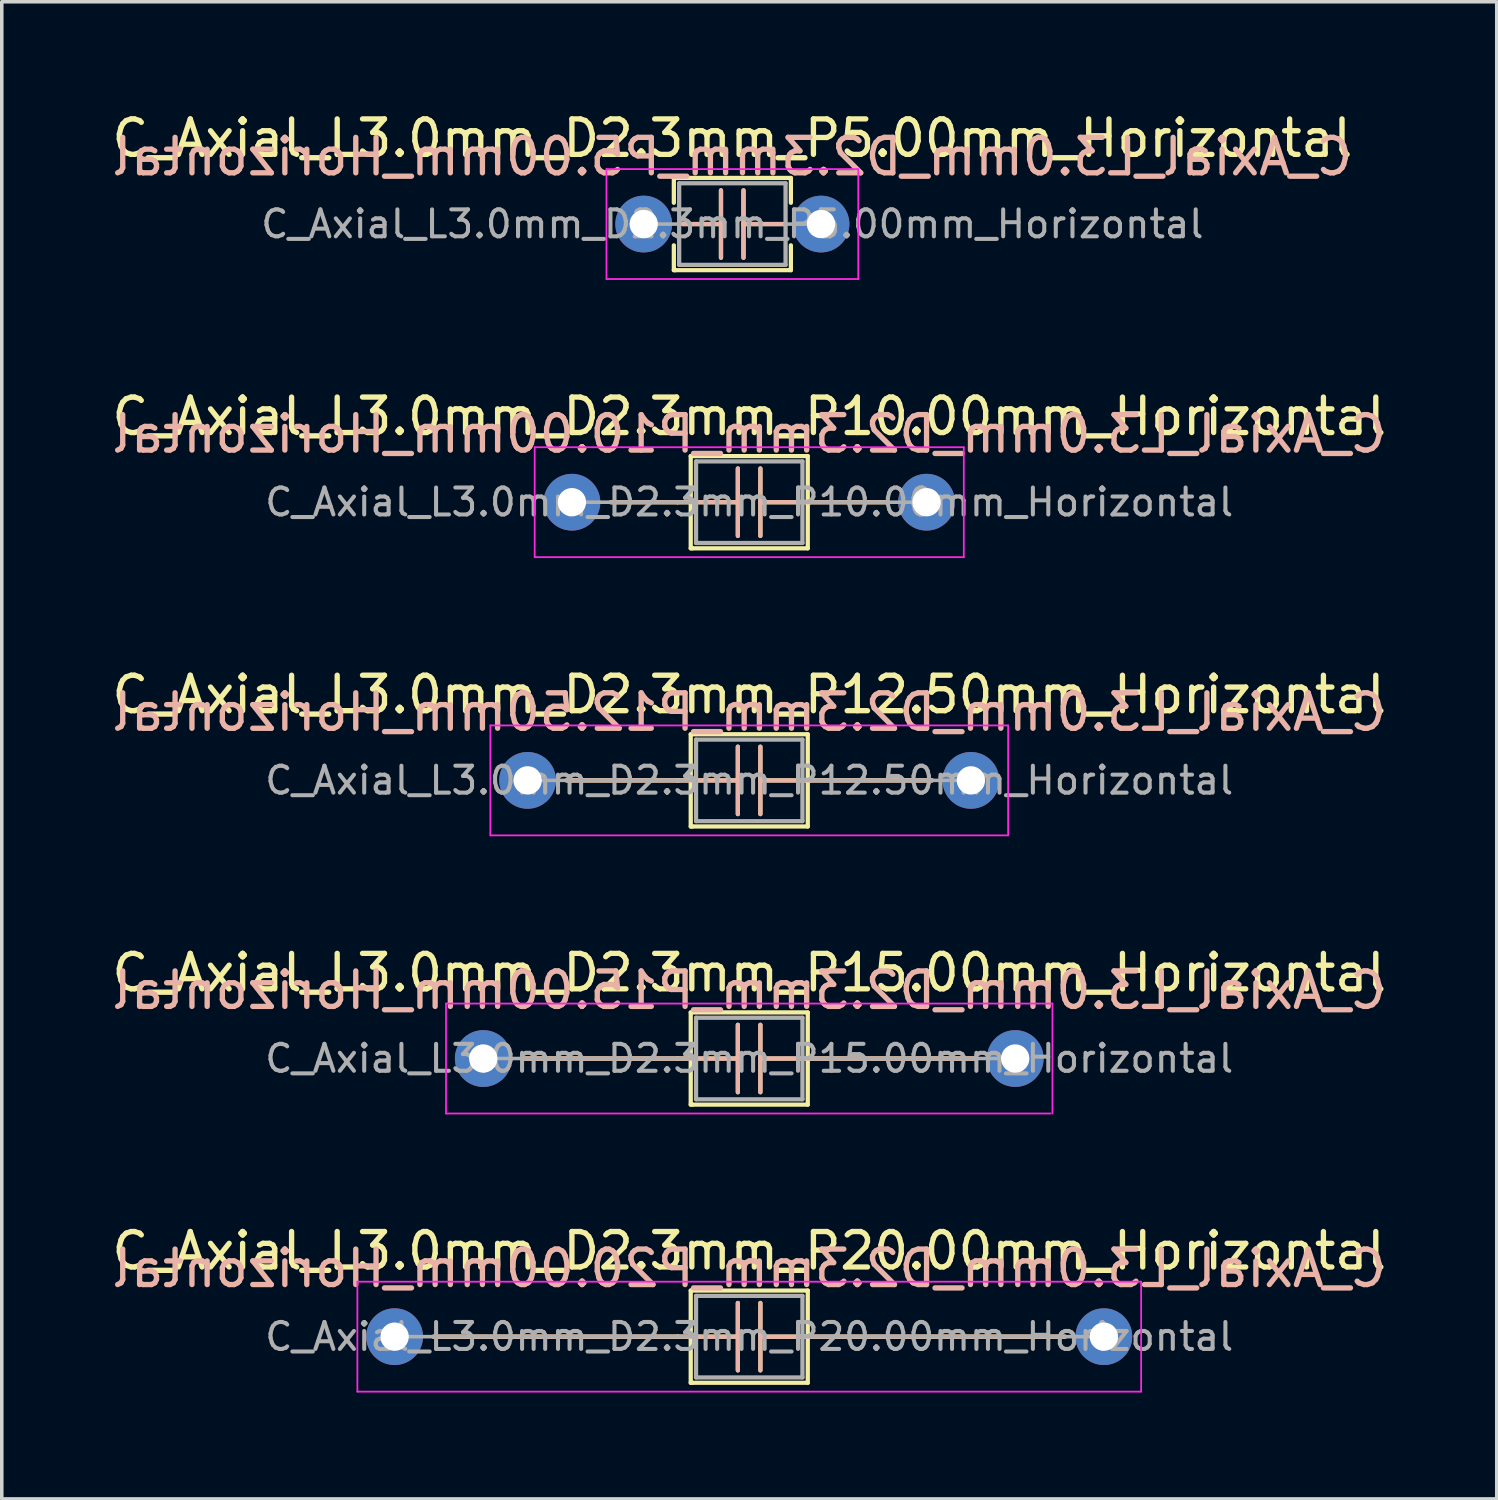
<source format=kicad_pcb>
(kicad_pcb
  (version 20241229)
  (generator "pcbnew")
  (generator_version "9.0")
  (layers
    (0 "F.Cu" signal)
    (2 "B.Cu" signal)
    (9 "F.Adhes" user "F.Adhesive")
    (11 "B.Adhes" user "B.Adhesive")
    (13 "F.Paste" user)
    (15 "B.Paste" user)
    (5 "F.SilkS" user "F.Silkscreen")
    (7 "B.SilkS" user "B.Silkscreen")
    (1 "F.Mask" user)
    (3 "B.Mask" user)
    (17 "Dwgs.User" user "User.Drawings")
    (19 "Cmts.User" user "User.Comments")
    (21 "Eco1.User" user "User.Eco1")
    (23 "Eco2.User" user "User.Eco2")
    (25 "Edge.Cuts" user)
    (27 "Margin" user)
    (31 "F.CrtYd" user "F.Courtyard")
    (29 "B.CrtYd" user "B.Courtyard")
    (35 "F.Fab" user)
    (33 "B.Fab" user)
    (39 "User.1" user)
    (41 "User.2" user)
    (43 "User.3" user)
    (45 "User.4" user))
  (footprint "C_Axial_L3.0mm_D2.3mm_P5.00mm_Horizontal"
    (layer "F.Cu")
    (at 15.101 3.268)
    (property "Reference" "C_Axial_L3.0mm_D2.3mm_P5.00mm_Horizontal" (at 2.5 -2.42 0) (layer "F.SilkS") (effects (font (size 1 1) (thickness 0.15))))
    (fp_line (start 0.85 -1.3) (end 4.15 -1.3) (stroke (width 0.12) (type solid)) (layer "F.SilkS"))
    (fp_line (start 0.85 -0.6) (end 0.85 -1.3) (stroke (width 0.12) (type solid)) (layer "F.SilkS"))
    (fp_line (start 0.85 1.3) (end 0.85 0.6) (stroke (width 0.12) (type solid)) (layer "F.SilkS"))
    (fp_line (start 0.9 1.3) (end 0.85 1.3) (stroke (width 0.12) (type solid)) (layer "F.SilkS"))
    (fp_line (start 1.1 0) (end 2.179 0) (stroke (width 0.12) (type solid)) (layer "F.SilkS"))
    (fp_line (start 2.179 0) (end 2.179 -0.95) (stroke (width 0.12) (type solid)) (layer "F.SilkS"))
    (fp_line (start 2.179 0) (end 2.179 0.95) (stroke (width 0.12) (type solid)) (layer "F.SilkS"))
    (fp_line (start 2.814 0) (end 2.814 -0.95) (stroke (width 0.12) (type solid)) (layer "F.SilkS"))
    (fp_line (start 2.814 0) (end 2.814 0.95) (stroke (width 0.12) (type solid)) (layer "F.SilkS"))
    (fp_line (start 3.95 0) (end 2.814 0) (stroke (width 0.12) (type solid)) (layer "F.SilkS"))
    (fp_line (start 4.15 -1.3) (end 4.15 -0.6) (stroke (width 0.12) (type solid)) (layer "F.SilkS"))
    (fp_line (start 4.15 0.6) (end 4.15 1.3) (stroke (width 0.12) (type solid)) (layer "F.SilkS"))
    (fp_line (start 4.15 1.3) (end 0.9 1.3) (stroke (width 0.12) (type solid)) (layer "F.SilkS"))
    (fp_line (start 1.1 0) (end 2.179 0) (stroke (width 0.12) (type solid)) (layer "B.SilkS"))
    (fp_line (start 2.179 0) (end 2.179 -0.95) (stroke (width 0.12) (type solid)) (layer "B.SilkS"))
    (fp_line (start 2.179 0) (end 2.179 0.95) (stroke (width 0.12) (type solid)) (layer "B.SilkS"))
    (fp_line (start 2.814 0) (end 2.814 -0.95) (stroke (width 0.12) (type solid)) (layer "B.SilkS"))
    (fp_line (start 2.814 0) (end 2.814 0.95) (stroke (width 0.12) (type solid)) (layer "B.SilkS"))
    (fp_line (start 3.95 0) (end 2.814 0) (stroke (width 0.12) (type solid)) (layer "B.SilkS"))
    (fp_line (start -1.05 -1.55) (end -1.05 1.55) (stroke (width 0.05) (type solid)) (layer "F.CrtYd"))
    (fp_line (start -1.05 1.55) (end 6.05 1.55) (stroke (width 0.05) (type solid)) (layer "F.CrtYd"))
    (fp_line (start 6.05 -1.55) (end -1.05 -1.55) (stroke (width 0.05) (type solid)) (layer "F.CrtYd"))
    (fp_line (start 6.05 1.55) (end 6.05 -1.55) (stroke (width 0.05) (type solid)) (layer "F.CrtYd"))
    (fp_line (start 0.05 0) (end 1 0) (stroke (width 0.1) (type solid)) (layer "F.Fab"))
    (fp_line (start 1 -1.15) (end 4 -1.15) (stroke (width 0.12) (type solid)) (layer "F.Fab"))
    (fp_line (start 1 0) (end 1 -1.15) (stroke (width 0.12) (type solid)) (layer "F.Fab"))
    (fp_line (start 1 1.15) (end 1 0) (stroke (width 0.12) (type solid)) (layer "F.Fab"))
    (fp_line (start 4 -1.15) (end 4 0) (stroke (width 0.12) (type solid)) (layer "F.Fab"))
    (fp_line (start 4 0) (end 4 1.15) (stroke (width 0.12) (type solid)) (layer "F.Fab"))
    (fp_line (start 4 1.15) (end 1 1.15) (stroke (width 0.12) (type solid)) (layer "F.Fab"))
    (fp_line (start 5 0) (end 4 0) (stroke (width 0.1) (type solid)) (layer "F.Fab"))
    (fp_text user "${REFERENCE}" (at 2.5 -1.9 0) (layer "B.SilkS") (effects (font (size 1 1) (thickness 0.15)) (justify mirror)))
    (fp_text user "${REFERENCE}" (at 2.5 0 0) (layer "F.Fab") (effects (font (size 0.76 0.76) (thickness 0.114))))
    (pad "1" thru_hole circle (at 0 0) (size 1.6 1.6) (drill 0.8) (layers "*.Cu" "*.Mask"))
    (pad "2" thru_hole oval (at 5 0) (size 1.6 1.6) (drill 0.8) (layers "*.Cu" "*.Mask")))
  (footprint "C_Axial_L3.0mm_D2.3mm_P20.00mm_Horizontal"
    (layer "F.Cu")
    (at 8.077 34.641)
    (property "Reference" "C_Axial_L3.0mm_D2.3mm_P20.00mm_Horizontal" (at 10 -2.42 0) (layer "F.SilkS") (effects (font (size 1 1) (thickness 0.15))))
    (fp_line (start 1.1 0) (end 7.98 0) (stroke (width 0.12) (type solid)) (layer "F.SilkS"))
    (fp_line (start 7.98 0) (end 9.679 0) (stroke (width 0.12) (type solid)) (layer "F.SilkS"))
    (fp_line (start 8.35 -1.3) (end 11.65 -1.3) (stroke (width 0.12) (type solid)) (layer "F.SilkS"))
    (fp_line (start 8.35 1.3) (end 8.35 -1.3) (stroke (width 0.12) (type solid)) (layer "F.SilkS"))
    (fp_line (start 8.4 1.3) (end 8.35 1.3) (stroke (width 0.12) (type solid)) (layer "F.SilkS"))
    (fp_line (start 9.679 0) (end 9.679 -0.95) (stroke (width 0.12) (type solid)) (layer "F.SilkS"))
    (fp_line (start 9.679 0) (end 9.679 0.95) (stroke (width 0.12) (type solid)) (layer "F.SilkS"))
    (fp_line (start 10.314 0) (end 10.314 -0.95) (stroke (width 0.12) (type solid)) (layer "F.SilkS"))
    (fp_line (start 10.314 0) (end 10.314 0.95) (stroke (width 0.12) (type solid)) (layer "F.SilkS"))
    (fp_line (start 11.65 -1.3) (end 11.65 0) (stroke (width 0.12) (type solid)) (layer "F.SilkS"))
    (fp_line (start 11.65 0) (end 11.65 1.3) (stroke (width 0.12) (type solid)) (layer "F.SilkS"))
    (fp_line (start 11.65 1.3) (end 8.4 1.3) (stroke (width 0.12) (type solid)) (layer "F.SilkS"))
    (fp_line (start 11.711 0) (end 10.314 0) (stroke (width 0.12) (type solid)) (layer "F.SilkS"))
    (fp_line (start 18.9 0) (end 11.711 0) (stroke (width 0.12) (type solid)) (layer "F.SilkS"))
    (fp_line (start 1.1 0) (end 7.98 0) (stroke (width 0.12) (type solid)) (layer "B.SilkS"))
    (fp_line (start 7.98 0) (end 9.679 0) (stroke (width 0.12) (type solid)) (layer "B.SilkS"))
    (fp_line (start 9.679 0) (end 9.679 -0.95) (stroke (width 0.12) (type solid)) (layer "B.SilkS"))
    (fp_line (start 9.679 0) (end 9.679 0.95) (stroke (width 0.12) (type solid)) (layer "B.SilkS"))
    (fp_line (start 10.314 0) (end 10.314 -0.95) (stroke (width 0.12) (type solid)) (layer "B.SilkS"))
    (fp_line (start 10.314 0) (end 10.314 0.95) (stroke (width 0.12) (type solid)) (layer "B.SilkS"))
    (fp_line (start 11.711 0) (end 10.314 0) (stroke (width 0.12) (type solid)) (layer "B.SilkS"))
    (fp_line (start 18.9 0) (end 11.711 0) (stroke (width 0.12) (type solid)) (layer "B.SilkS"))
    (fp_line (start -1.05 -1.55) (end -1.05 1.55) (stroke (width 0.05) (type solid)) (layer "F.CrtYd"))
    (fp_line (start -1.05 1.55) (end 21.05 1.55) (stroke (width 0.05) (type solid)) (layer "F.CrtYd"))
    (fp_line (start 21.05 -1.55) (end -1.05 -1.55) (stroke (width 0.05) (type solid)) (layer "F.CrtYd"))
    (fp_line (start 21.05 1.55) (end 21.05 -1.55) (stroke (width 0.05) (type solid)) (layer "F.CrtYd"))
    (fp_line (start 0 0) (end 8.5 0) (stroke (width 0.1) (type solid)) (layer "F.Fab"))
    (fp_line (start 8.5 -1.15) (end 11.5 -1.15) (stroke (width 0.12) (type solid)) (layer "F.Fab"))
    (fp_line (start 8.5 0) (end 8.5 -1.15) (stroke (width 0.12) (type solid)) (layer "F.Fab"))
    (fp_line (start 8.5 1.15) (end 8.5 0) (stroke (width 0.12) (type solid)) (layer "F.Fab"))
    (fp_line (start 11.5 -1.15) (end 11.5 0) (stroke (width 0.12) (type solid)) (layer "F.Fab"))
    (fp_line (start 11.5 0) (end 11.5 1.15) (stroke (width 0.12) (type solid)) (layer "F.Fab"))
    (fp_line (start 11.5 1.15) (end 8.5 1.15) (stroke (width 0.12) (type solid)) (layer "F.Fab"))
    (fp_line (start 20 0) (end 11.5 0) (stroke (width 0.1) (type solid)) (layer "F.Fab"))
    (fp_text user "${REFERENCE}" (at 10 -1.925 0) (layer "B.SilkS") (effects (font (size 1 1) (thickness 0.15)) (justify mirror)))
    (fp_text user "${REFERENCE}" (at 10 0 0) (layer "F.Fab") (effects (font (size 0.76 0.76) (thickness 0.114))))
    (pad "1" thru_hole circle (at 0 0) (size 1.6 1.6) (drill 0.8) (layers "*.Cu" "*.Mask"))
    (pad "2" thru_hole oval (at 20 0) (size 1.6 1.6) (drill 0.8) (layers "*.Cu" "*.Mask")))
  (footprint "C_Axial_L3.0mm_D2.3mm_P10.00mm_Horizontal"
    (layer "F.Cu")
    (at 13.077 11.111)
    (property "Reference" "C_Axial_L3.0mm_D2.3mm_P10.00mm_Horizontal" (at 5 -2.42 0) (layer "F.SilkS") (effects (font (size 1 1) (thickness 0.15))))
    (fp_line (start 1.1 0) (end 2.98 0) (stroke (width 0.12) (type solid)) (layer "F.SilkS"))
    (fp_line (start 2.98 0) (end 4.679 0) (stroke (width 0.12) (type solid)) (layer "F.SilkS"))
    (fp_line (start 3.35 -1.3) (end 6.65 -1.3) (stroke (width 0.12) (type solid)) (layer "F.SilkS"))
    (fp_line (start 3.35 1.3) (end 3.35 -1.3) (stroke (width 0.12) (type solid)) (layer "F.SilkS"))
    (fp_line (start 3.4 1.3) (end 3.35 1.3) (stroke (width 0.12) (type solid)) (layer "F.SilkS"))
    (fp_line (start 4.679 0) (end 4.679 -0.95) (stroke (width 0.12) (type solid)) (layer "F.SilkS"))
    (fp_line (start 4.679 0) (end 4.679 0.95) (stroke (width 0.12) (type solid)) (layer "F.SilkS"))
    (fp_line (start 5.314 0) (end 5.314 -0.95) (stroke (width 0.12) (type solid)) (layer "F.SilkS"))
    (fp_line (start 5.314 0) (end 5.314 0.95) (stroke (width 0.12) (type solid)) (layer "F.SilkS"))
    (fp_line (start 6.65 -1.3) (end 6.65 0) (stroke (width 0.12) (type solid)) (layer "F.SilkS"))
    (fp_line (start 6.65 0) (end 6.65 1.3) (stroke (width 0.12) (type solid)) (layer "F.SilkS"))
    (fp_line (start 6.65 1.3) (end 3.4 1.3) (stroke (width 0.12) (type solid)) (layer "F.SilkS"))
    (fp_line (start 6.711 0) (end 5.314 0) (stroke (width 0.12) (type solid)) (layer "F.SilkS"))
    (fp_line (start 8.9 0) (end 6.711 0) (stroke (width 0.12) (type solid)) (layer "F.SilkS"))
    (fp_line (start 1.1 0) (end 2.98 0) (stroke (width 0.12) (type solid)) (layer "B.SilkS"))
    (fp_line (start 2.98 0) (end 4.679 0) (stroke (width 0.12) (type solid)) (layer "B.SilkS"))
    (fp_line (start 4.679 0) (end 4.679 -0.95) (stroke (width 0.12) (type solid)) (layer "B.SilkS"))
    (fp_line (start 4.679 0) (end 4.679 0.95) (stroke (width 0.12) (type solid)) (layer "B.SilkS"))
    (fp_line (start 5.314 0) (end 5.314 -0.95) (stroke (width 0.12) (type solid)) (layer "B.SilkS"))
    (fp_line (start 5.314 0) (end 5.314 0.95) (stroke (width 0.12) (type solid)) (layer "B.SilkS"))
    (fp_line (start 6.711 0) (end 5.314 0) (stroke (width 0.12) (type solid)) (layer "B.SilkS"))
    (fp_line (start 8.9 0) (end 6.711 0) (stroke (width 0.12) (type solid)) (layer "B.SilkS"))
    (fp_line (start -1.05 -1.55) (end -1.05 1.55) (stroke (width 0.05) (type solid)) (layer "F.CrtYd"))
    (fp_line (start -1.05 1.55) (end 11.05 1.55) (stroke (width 0.05) (type solid)) (layer "F.CrtYd"))
    (fp_line (start 11.05 -1.55) (end -1.05 -1.55) (stroke (width 0.05) (type solid)) (layer "F.CrtYd"))
    (fp_line (start 11.05 1.55) (end 11.05 -1.55) (stroke (width 0.05) (type solid)) (layer "F.CrtYd"))
    (fp_line (start 0 0) (end 3.5 0) (stroke (width 0.1) (type solid)) (layer "F.Fab"))
    (fp_line (start 3.5 -1.15) (end 6.5 -1.15) (stroke (width 0.12) (type solid)) (layer "F.Fab"))
    (fp_line (start 3.5 0) (end 3.5 -1.15) (stroke (width 0.12) (type solid)) (layer "F.Fab"))
    (fp_line (start 3.5 1.15) (end 3.5 0) (stroke (width 0.12) (type solid)) (layer "F.Fab"))
    (fp_line (start 6.5 -1.15) (end 6.5 0) (stroke (width 0.12) (type solid)) (layer "F.Fab"))
    (fp_line (start 6.5 0) (end 6.5 1.15) (stroke (width 0.12) (type solid)) (layer "F.Fab"))
    (fp_line (start 6.5 1.15) (end 3.5 1.15) (stroke (width 0.12) (type solid)) (layer "F.Fab"))
    (fp_line (start 10 0) (end 6.5 0) (stroke (width 0.1) (type solid)) (layer "F.Fab"))
    (fp_text user "${REFERENCE}" (at 5 -1.925 0) (layer "B.SilkS") (effects (font (size 1 1) (thickness 0.15)) (justify mirror)))
    (fp_text user "${REFERENCE}" (at 5 0 0) (layer "F.Fab") (effects (font (size 0.76 0.76) (thickness 0.114))))
    (pad "1" thru_hole circle (at 0 0) (size 1.6 1.6) (drill 0.8) (layers "*.Cu" "*.Mask"))
    (pad "2" thru_hole oval (at 10 0) (size 1.6 1.6) (drill 0.8) (layers "*.Cu" "*.Mask")))
  (footprint "C_Axial_L3.0mm_D2.3mm_P12.50mm_Horizontal"
    (layer "F.Cu")
    (at 11.827 18.955)
    (property "Reference" "C_Axial_L3.0mm_D2.3mm_P12.50mm_Horizontal" (at 6.25 -2.42 0) (layer "F.SilkS") (effects (font (size 1 1) (thickness 0.15))))
    (fp_line (start 1.1 0) (end 4.23 0) (stroke (width 0.12) (type solid)) (layer "F.SilkS"))
    (fp_line (start 4.23 0) (end 5.929 0) (stroke (width 0.12) (type solid)) (layer "F.SilkS"))
    (fp_line (start 4.6 -1.3) (end 7.9 -1.3) (stroke (width 0.12) (type solid)) (layer "F.SilkS"))
    (fp_line (start 4.6 1.3) (end 4.6 -1.3) (stroke (width 0.12) (type solid)) (layer "F.SilkS"))
    (fp_line (start 4.65 1.3) (end 4.6 1.3) (stroke (width 0.12) (type solid)) (layer "F.SilkS"))
    (fp_line (start 5.929 0) (end 5.929 -0.95) (stroke (width 0.12) (type solid)) (layer "F.SilkS"))
    (fp_line (start 5.929 0) (end 5.929 0.95) (stroke (width 0.12) (type solid)) (layer "F.SilkS"))
    (fp_line (start 6.564 0) (end 6.564 -0.95) (stroke (width 0.12) (type solid)) (layer "F.SilkS"))
    (fp_line (start 6.564 0) (end 6.564 0.95) (stroke (width 0.12) (type solid)) (layer "F.SilkS"))
    (fp_line (start 7.9 -1.3) (end 7.9 0) (stroke (width 0.12) (type solid)) (layer "F.SilkS"))
    (fp_line (start 7.9 0) (end 7.9 1.3) (stroke (width 0.12) (type solid)) (layer "F.SilkS"))
    (fp_line (start 7.9 1.3) (end 4.65 1.3) (stroke (width 0.12) (type solid)) (layer "F.SilkS"))
    (fp_line (start 7.961 0) (end 6.564 0) (stroke (width 0.12) (type solid)) (layer "F.SilkS"))
    (fp_line (start 11.4 0) (end 7.961 0) (stroke (width 0.12) (type solid)) (layer "F.SilkS"))
    (fp_line (start 1.1 0) (end 4.23 0) (stroke (width 0.12) (type solid)) (layer "B.SilkS"))
    (fp_line (start 4.23 0) (end 5.929 0) (stroke (width 0.12) (type solid)) (layer "B.SilkS"))
    (fp_line (start 5.929 0) (end 5.929 -0.95) (stroke (width 0.12) (type solid)) (layer "B.SilkS"))
    (fp_line (start 5.929 0) (end 5.929 0.95) (stroke (width 0.12) (type solid)) (layer "B.SilkS"))
    (fp_line (start 6.564 0) (end 6.564 -0.95) (stroke (width 0.12) (type solid)) (layer "B.SilkS"))
    (fp_line (start 6.564 0) (end 6.564 0.95) (stroke (width 0.12) (type solid)) (layer "B.SilkS"))
    (fp_line (start 7.961 0) (end 6.564 0) (stroke (width 0.12) (type solid)) (layer "B.SilkS"))
    (fp_line (start 11.4 0) (end 7.961 0) (stroke (width 0.12) (type solid)) (layer "B.SilkS"))
    (fp_line (start -1.05 -1.55) (end -1.05 1.55) (stroke (width 0.05) (type solid)) (layer "F.CrtYd"))
    (fp_line (start -1.05 1.55) (end 13.55 1.55) (stroke (width 0.05) (type solid)) (layer "F.CrtYd"))
    (fp_line (start 13.55 -1.55) (end -1.05 -1.55) (stroke (width 0.05) (type solid)) (layer "F.CrtYd"))
    (fp_line (start 13.55 1.55) (end 13.55 -1.55) (stroke (width 0.05) (type solid)) (layer "F.CrtYd"))
    (fp_line (start 0 0) (end 4.75 0) (stroke (width 0.1) (type solid)) (layer "F.Fab"))
    (fp_line (start 4.75 -1.15) (end 7.75 -1.15) (stroke (width 0.12) (type solid)) (layer "F.Fab"))
    (fp_line (start 4.75 0) (end 4.75 -1.15) (stroke (width 0.12) (type solid)) (layer "F.Fab"))
    (fp_line (start 4.75 1.15) (end 4.75 0) (stroke (width 0.12) (type solid)) (layer "F.Fab"))
    (fp_line (start 7.75 -1.15) (end 7.75 0) (stroke (width 0.12) (type solid)) (layer "F.Fab"))
    (fp_line (start 7.75 0) (end 7.75 1.15) (stroke (width 0.12) (type solid)) (layer "F.Fab"))
    (fp_line (start 7.75 1.15) (end 4.75 1.15) (stroke (width 0.12) (type solid)) (layer "F.Fab"))
    (fp_line (start 12.5 0) (end 7.75 0) (stroke (width 0.1) (type solid)) (layer "F.Fab"))
    (fp_text user "${REFERENCE}" (at 6.25 -1.925 0) (layer "B.SilkS") (effects (font (size 1 1) (thickness 0.15)) (justify mirror)))
    (fp_text user "${REFERENCE}" (at 6.25 0 0) (layer "F.Fab") (effects (font (size 0.76 0.76) (thickness 0.114))))
    (pad "1" thru_hole circle (at 0 0) (size 1.6 1.6) (drill 0.8) (layers "*.Cu" "*.Mask"))
    (pad "2" thru_hole oval (at 12.5 0) (size 1.6 1.6) (drill 0.8) (layers "*.Cu" "*.Mask")))
  (footprint "C_Axial_L3.0mm_D2.3mm_P15.00mm_Horizontal"
    (layer "F.Cu")
    (at 10.577 26.798)
    (property "Reference" "C_Axial_L3.0mm_D2.3mm_P15.00mm_Horizontal" (at 7.5 -2.42 0) (layer "F.SilkS") (effects (font (size 1 1) (thickness 0.15))))
    (fp_line (start 1.1 0) (end 5.48 0) (stroke (width 0.12) (type solid)) (layer "F.SilkS"))
    (fp_line (start 5.48 0) (end 7.179 0) (stroke (width 0.12) (type solid)) (layer "F.SilkS"))
    (fp_line (start 5.85 -1.3) (end 9.15 -1.3) (stroke (width 0.12) (type solid)) (layer "F.SilkS"))
    (fp_line (start 5.85 1.3) (end 5.85 -1.3) (stroke (width 0.12) (type solid)) (layer "F.SilkS"))
    (fp_line (start 5.9 1.3) (end 5.85 1.3) (stroke (width 0.12) (type solid)) (layer "F.SilkS"))
    (fp_line (start 7.179 0) (end 7.179 -0.95) (stroke (width 0.12) (type solid)) (layer "F.SilkS"))
    (fp_line (start 7.179 0) (end 7.179 0.95) (stroke (width 0.12) (type solid)) (layer "F.SilkS"))
    (fp_line (start 7.814 0) (end 7.814 -0.95) (stroke (width 0.12) (type solid)) (layer "F.SilkS"))
    (fp_line (start 7.814 0) (end 7.814 0.95) (stroke (width 0.12) (type solid)) (layer "F.SilkS"))
    (fp_line (start 9.15 -1.3) (end 9.15 0) (stroke (width 0.12) (type solid)) (layer "F.SilkS"))
    (fp_line (start 9.15 0) (end 9.15 1.3) (stroke (width 0.12) (type solid)) (layer "F.SilkS"))
    (fp_line (start 9.15 1.3) (end 5.9 1.3) (stroke (width 0.12) (type solid)) (layer "F.SilkS"))
    (fp_line (start 9.211 0) (end 7.814 0) (stroke (width 0.12) (type solid)) (layer "F.SilkS"))
    (fp_line (start 13.9 0) (end 9.211 0) (stroke (width 0.12) (type solid)) (layer "F.SilkS"))
    (fp_line (start 1.1 0) (end 5.48 0) (stroke (width 0.12) (type solid)) (layer "B.SilkS"))
    (fp_line (start 5.48 0) (end 7.179 0) (stroke (width 0.12) (type solid)) (layer "B.SilkS"))
    (fp_line (start 7.179 0) (end 7.179 -0.95) (stroke (width 0.12) (type solid)) (layer "B.SilkS"))
    (fp_line (start 7.179 0) (end 7.179 0.95) (stroke (width 0.12) (type solid)) (layer "B.SilkS"))
    (fp_line (start 7.814 0) (end 7.814 -0.95) (stroke (width 0.12) (type solid)) (layer "B.SilkS"))
    (fp_line (start 7.814 0) (end 7.814 0.95) (stroke (width 0.12) (type solid)) (layer "B.SilkS"))
    (fp_line (start 9.211 0) (end 7.814 0) (stroke (width 0.12) (type solid)) (layer "B.SilkS"))
    (fp_line (start 13.9 0) (end 9.211 0) (stroke (width 0.12) (type solid)) (layer "B.SilkS"))
    (fp_line (start -1.05 -1.55) (end -1.05 1.55) (stroke (width 0.05) (type solid)) (layer "F.CrtYd"))
    (fp_line (start -1.05 1.55) (end 16 1.55) (stroke (width 0.05) (type solid)) (layer "F.CrtYd"))
    (fp_line (start 16.05 -1.55) (end -1.05 -1.55) (stroke (width 0.05) (type solid)) (layer "F.CrtYd"))
    (fp_line (start 16.05 1.55) (end 16.05 -1.55) (stroke (width 0.05) (type solid)) (layer "F.CrtYd"))
    (fp_line (start 0 0) (end 6 0) (stroke (width 0.1) (type solid)) (layer "F.Fab"))
    (fp_line (start 6 -1.15) (end 9 -1.15) (stroke (width 0.12) (type solid)) (layer "F.Fab"))
    (fp_line (start 6 0) (end 6 -1.15) (stroke (width 0.12) (type solid)) (layer "F.Fab"))
    (fp_line (start 6 1.15) (end 6 0) (stroke (width 0.12) (type solid)) (layer "F.Fab"))
    (fp_line (start 9 -1.15) (end 9 0) (stroke (width 0.12) (type solid)) (layer "F.Fab"))
    (fp_line (start 9 0) (end 9 1.15) (stroke (width 0.12) (type solid)) (layer "F.Fab"))
    (fp_line (start 9 1.15) (end 6 1.15) (stroke (width 0.12) (type solid)) (layer "F.Fab"))
    (fp_line (start 15 0) (end 9 0) (stroke (width 0.1) (type solid)) (layer "F.Fab"))
    (fp_text user "${REFERENCE}" (at 7.5 -1.925 0) (layer "B.SilkS") (effects (font (size 1 1) (thickness 0.15)) (justify mirror)))
    (fp_text user "${REFERENCE}" (at 7.5 0 0) (layer "F.Fab") (effects (font (size 0.76 0.76) (thickness 0.114))))
    (pad "1" thru_hole circle (at 0 0) (size 1.6 1.6) (drill 0.8) (layers "*.Cu" "*.Mask"))
    (pad "2" thru_hole oval (at 15 0) (size 1.6 1.6) (drill 0.8) (layers "*.Cu" "*.Mask")))
  (gr_rect
    (start -3 -3)
    (end 39.155 39.216)
    (stroke (width 0.1) (type default))
    (fill no)
    (layer "Edge.Cuts")))
</source>
